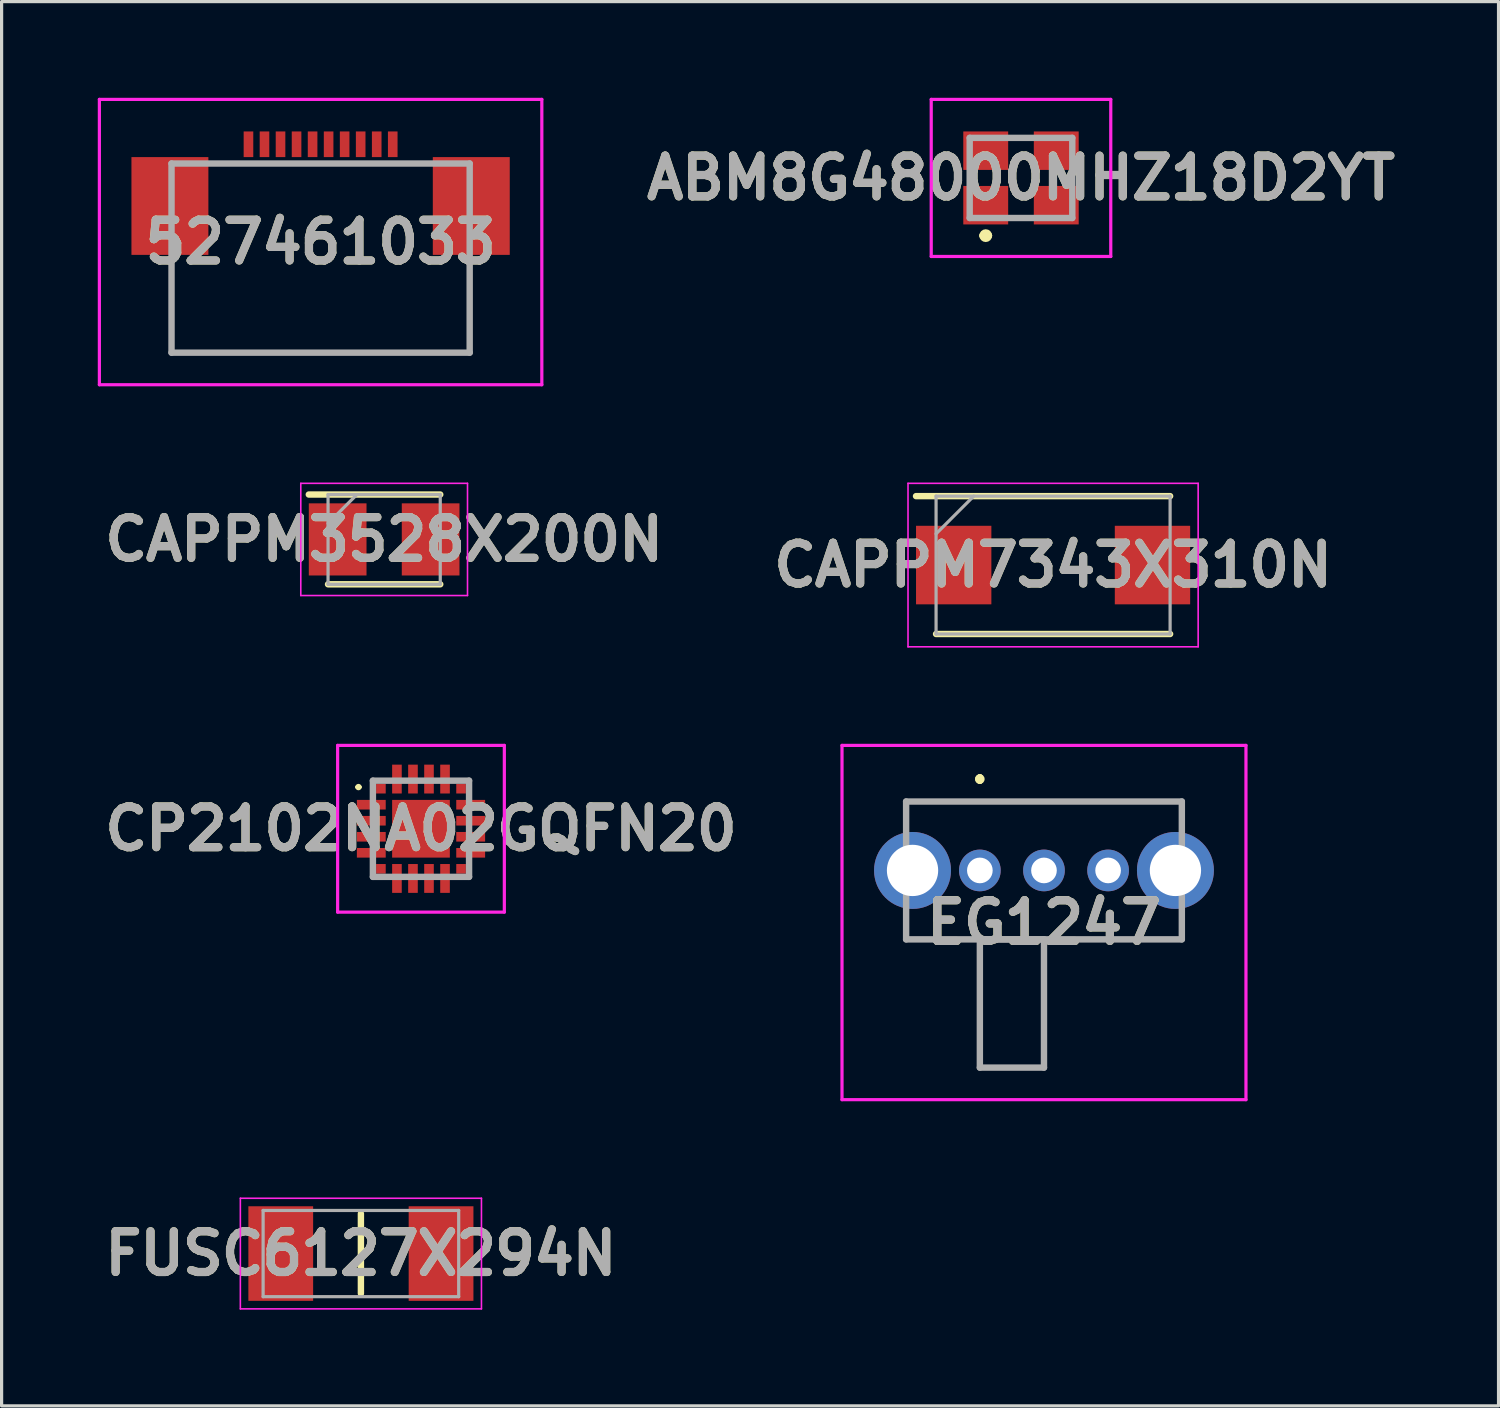
<source format=kicad_pcb>
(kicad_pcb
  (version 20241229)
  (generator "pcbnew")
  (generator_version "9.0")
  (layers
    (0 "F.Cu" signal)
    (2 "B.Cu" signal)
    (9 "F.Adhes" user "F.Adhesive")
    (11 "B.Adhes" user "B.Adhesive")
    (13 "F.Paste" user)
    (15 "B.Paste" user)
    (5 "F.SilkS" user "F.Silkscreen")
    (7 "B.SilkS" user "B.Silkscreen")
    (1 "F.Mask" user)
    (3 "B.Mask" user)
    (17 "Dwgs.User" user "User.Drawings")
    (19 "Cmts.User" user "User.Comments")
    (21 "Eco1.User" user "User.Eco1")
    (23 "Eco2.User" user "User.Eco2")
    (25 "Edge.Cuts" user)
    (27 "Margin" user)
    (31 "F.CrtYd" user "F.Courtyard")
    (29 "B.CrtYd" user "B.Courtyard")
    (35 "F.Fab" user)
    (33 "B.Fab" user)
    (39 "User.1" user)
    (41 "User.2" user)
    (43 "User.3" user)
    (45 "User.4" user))
  (footprint "CAPPM3528X200N"
    (layer "F.Cu")
    (at 8.932 13.775)
    (property "Reference" "CAPPM3528X200N" (at 0 0 0) (layer "F.SilkS") (effects (font (size 1.27 1.27) (thickness 0.254))))
    (attr smd)
    (fp_line (start -1.75 1.4) (end 1.75 1.4) (stroke (width 0.2) (type solid)) (layer "F.SilkS"))
    (fp_line (start 1.75 -1.4) (end -2.35 -1.4) (stroke (width 0.2) (type solid)) (layer "F.SilkS"))
    (fp_line (start -2.6 -1.75) (end 2.6 -1.75) (stroke (width 0.05) (type solid)) (layer "F.CrtYd"))
    (fp_line (start -2.6 1.75) (end -2.6 -1.75) (stroke (width 0.05) (type solid)) (layer "F.CrtYd"))
    (fp_line (start 2.6 -1.75) (end 2.6 1.75) (stroke (width 0.05) (type solid)) (layer "F.CrtYd"))
    (fp_line (start 2.6 1.75) (end -2.6 1.75) (stroke (width 0.05) (type solid)) (layer "F.CrtYd"))
    (fp_line (start -1.75 -1.4) (end 1.75 -1.4) (stroke (width 0.1) (type solid)) (layer "F.Fab"))
    (fp_line (start -1.75 -0.5) (end -0.85 -1.4) (stroke (width 0.1) (type solid)) (layer "F.Fab"))
    (fp_line (start -1.75 1.4) (end -1.75 -1.4) (stroke (width 0.1) (type solid)) (layer "F.Fab"))
    (fp_line (start 1.75 -1.4) (end 1.75 1.4) (stroke (width 0.1) (type solid)) (layer "F.Fab"))
    (fp_line (start 1.75 1.4) (end -1.75 1.4) (stroke (width 0.1) (type solid)) (layer "F.Fab"))
    (fp_text user "${REFERENCE}" (at 0 0 0) (layer "F.Fab") (effects (font (size 1.27 1.27) (thickness 0.254))))
    (pad "1" smd rect (at -1.45 0) (size 1.8 2.25) (layers "F.Cu" "F.Mask" "F.Paste"))
    (pad "2" smd rect (at 1.45 0) (size 1.8 2.25) (layers "F.Cu" "F.Mask" "F.Paste")))
  (footprint "CAPPM7343X310N"
    (layer "F.Cu")
    (at 29.797 14.575)
    (property "Reference" "CAPPM7343X310N" (at 0 0 0) (layer "F.SilkS") (effects (font (size 1.27 1.27) (thickness 0.254))))
    (attr smd)
    (fp_line (start -3.65 2.15) (end 3.65 2.15) (stroke (width 0.2) (type solid)) (layer "F.SilkS"))
    (fp_line (start 3.65 -2.15) (end -4.275 -2.15) (stroke (width 0.2) (type solid)) (layer "F.SilkS"))
    (fp_line (start -4.525 -2.55) (end 4.525 -2.55) (stroke (width 0.05) (type solid)) (layer "F.CrtYd"))
    (fp_line (start -4.525 2.55) (end -4.525 -2.55) (stroke (width 0.05) (type solid)) (layer "F.CrtYd"))
    (fp_line (start 4.525 -2.55) (end 4.525 2.55) (stroke (width 0.05) (type solid)) (layer "F.CrtYd"))
    (fp_line (start 4.525 2.55) (end -4.525 2.55) (stroke (width 0.05) (type solid)) (layer "F.CrtYd"))
    (fp_line (start -3.65 -2.15) (end 3.65 -2.15) (stroke (width 0.1) (type solid)) (layer "F.Fab"))
    (fp_line (start -3.65 -0.975) (end -2.475 -2.15) (stroke (width 0.1) (type solid)) (layer "F.Fab"))
    (fp_line (start -3.65 2.15) (end -3.65 -2.15) (stroke (width 0.1) (type solid)) (layer "F.Fab"))
    (fp_line (start 3.65 -2.15) (end 3.65 2.15) (stroke (width 0.1) (type solid)) (layer "F.Fab"))
    (fp_line (start 3.65 2.15) (end -3.65 2.15) (stroke (width 0.1) (type solid)) (layer "F.Fab"))
    (fp_text user "${REFERENCE}" (at 0 0 0) (layer "F.Fab") (effects (font (size 1.27 1.27) (thickness 0.254))))
    (pad "1" smd rect (at -3.1 0) (size 2.35 2.45) (layers "F.Cu" "F.Mask" "F.Paste"))
    (pad "2" smd rect (at 3.1 0) (size 2.35 2.45) (layers "F.Cu" "F.Mask" "F.Paste")))
  (footprint "EG1247"
    (layer "F.Cu")
    (at 27.513 24.1)
    (property "Reference" "EG1247" (at 2 1.625 0) (layer "F.SilkS") (effects (font (size 1.27 1.27) (thickness 0.254))))
    (attr through_hole)
    (fp_line (start -2.3 -2.15) (end -2.3 -2.15) (stroke (width 0.1) (type solid)) (layer "F.SilkS"))
    (fp_line (start -2.3 -2.15) (end -2.3 -2.15) (stroke (width 0.1) (type solid)) (layer "F.SilkS"))
    (fp_line (start -2.3 -2.15) (end -2.3 -1.75) (stroke (width 0.1) (type solid)) (layer "F.SilkS"))
    (fp_line (start -2.3 -2.15) (end 6.3 -2.15) (stroke (width 0.1) (type solid)) (layer "F.SilkS"))
    (fp_line (start -2.3 -1.75) (end -2.3 -2.15) (stroke (width 0.1) (type solid)) (layer "F.SilkS"))
    (fp_line (start -2.3 -1.75) (end -2.3 -1.75) (stroke (width 0.1) (type solid)) (layer "F.SilkS"))
    (fp_line (start -2.3 1.75) (end -2.3 1.75) (stroke (width 0.1) (type solid)) (layer "F.SilkS"))
    (fp_line (start -2.3 1.75) (end -2.3 2.15) (stroke (width 0.1) (type solid)) (layer "F.SilkS"))
    (fp_line (start -2.3 2.15) (end -2.3 1.75) (stroke (width 0.1) (type solid)) (layer "F.SilkS"))
    (fp_line (start -2.3 2.15) (end -2.3 2.15) (stroke (width 0.1) (type solid)) (layer "F.SilkS"))
    (fp_line (start -2.3 2.15) (end -2.3 2.15) (stroke (width 0.1) (type solid)) (layer "F.SilkS"))
    (fp_line (start -2.3 2.15) (end 0 2.15) (stroke (width 0.1) (type solid)) (layer "F.SilkS"))
    (fp_line (start 0 -2.9) (end 0 -2.9) (stroke (width 0.2) (type solid)) (layer "F.SilkS"))
    (fp_line (start 0 -2.9) (end 0 -2.9) (stroke (width 0.2) (type solid)) (layer "F.SilkS"))
    (fp_line (start 0 -2.8) (end 0 -2.8) (stroke (width 0.2) (type solid)) (layer "F.SilkS"))
    (fp_line (start 0 2.15) (end -2.3 2.15) (stroke (width 0.1) (type solid)) (layer "F.SilkS"))
    (fp_line (start 0 2.15) (end 0 2.15) (stroke (width 0.1) (type solid)) (layer "F.SilkS"))
    (fp_line (start 0 2.15) (end 2 2.15) (stroke (width 0.1) (type solid)) (layer "F.SilkS"))
    (fp_line (start 0 6.15) (end 0 2.15) (stroke (width 0.1) (type solid)) (layer "F.SilkS"))
    (fp_line (start 2 2.15) (end 2 2.15) (stroke (width 0.1) (type solid)) (layer "F.SilkS"))
    (fp_line (start 2 2.15) (end 2 6.15) (stroke (width 0.1) (type solid)) (layer "F.SilkS"))
    (fp_line (start 2 2.15) (end 6.3 2.15) (stroke (width 0.1) (type solid)) (layer "F.SilkS"))
    (fp_line (start 2 6.15) (end 0 6.15) (stroke (width 0.1) (type solid)) (layer "F.SilkS"))
    (fp_line (start 6.3 -2.15) (end -2.3 -2.15) (stroke (width 0.1) (type solid)) (layer "F.SilkS"))
    (fp_line (start 6.3 -2.15) (end 6.3 -2.15) (stroke (width 0.1) (type solid)) (layer "F.SilkS"))
    (fp_line (start 6.3 -2.15) (end 6.3 -2.15) (stroke (width 0.1) (type solid)) (layer "F.SilkS"))
    (fp_line (start 6.3 -2.15) (end 6.3 -1.75) (stroke (width 0.1) (type solid)) (layer "F.SilkS"))
    (fp_line (start 6.3 -1.75) (end 6.3 -2.15) (stroke (width 0.1) (type solid)) (layer "F.SilkS"))
    (fp_line (start 6.3 -1.75) (end 6.3 -1.75) (stroke (width 0.1) (type solid)) (layer "F.SilkS"))
    (fp_line (start 6.3 1.75) (end 6.3 1.75) (stroke (width 0.1) (type solid)) (layer "F.SilkS"))
    (fp_line (start 6.3 1.75) (end 6.3 2.15) (stroke (width 0.1) (type solid)) (layer "F.SilkS"))
    (fp_line (start 6.3 2.15) (end 2 2.15) (stroke (width 0.1) (type solid)) (layer "F.SilkS"))
    (fp_line (start 6.3 2.15) (end 6.3 1.75) (stroke (width 0.1) (type solid)) (layer "F.SilkS"))
    (fp_line (start 6.3 2.15) (end 6.3 2.15) (stroke (width 0.1) (type solid)) (layer "F.SilkS"))
    (fp_line (start 6.3 2.15) (end 6.3 2.15) (stroke (width 0.1) (type solid)) (layer "F.SilkS"))
    (fp_arc (start 0 -2.9) (mid 0.05 -2.85) (end 0 -2.8) (stroke (width 0.2) (type solid)) (layer "F.SilkS"))
    (fp_arc (start 0 -2.8) (mid -0.05 -2.85) (end 0 -2.9) (stroke (width 0.2) (type solid)) (layer "F.SilkS"))
    (fp_arc (start 0 -2.8) (mid -0.05 -2.85) (end 0 -2.9) (stroke (width 0.2) (type solid)) (layer "F.SilkS"))
    (fp_line (start -4.3 -3.9) (end 8.3 -3.9) (stroke (width 0.1) (type solid)) (layer "F.CrtYd"))
    (fp_line (start -4.3 7.15) (end -4.3 -3.9) (stroke (width 0.1) (type solid)) (layer "F.CrtYd"))
    (fp_line (start 8.3 -3.9) (end 8.3 7.15) (stroke (width 0.1) (type solid)) (layer "F.CrtYd"))
    (fp_line (start 8.3 7.15) (end -4.3 7.15) (stroke (width 0.1) (type solid)) (layer "F.CrtYd"))
    (fp_line (start -2.3 -2.15) (end -2.3 2.15) (stroke (width 0.2) (type solid)) (layer "F.Fab"))
    (fp_line (start -2.3 2.15) (end 6.3 2.15) (stroke (width 0.2) (type solid)) (layer "F.Fab"))
    (fp_line (start 0 2.15) (end 2 2.15) (stroke (width 0.2) (type solid)) (layer "F.Fab"))
    (fp_line (start 0 6.15) (end 0 2.15) (stroke (width 0.2) (type solid)) (layer "F.Fab"))
    (fp_line (start 2 2.15) (end 2 6.15) (stroke (width 0.2) (type solid)) (layer "F.Fab"))
    (fp_line (start 2 6.15) (end 0 6.15) (stroke (width 0.2) (type solid)) (layer "F.Fab"))
    (fp_line (start 6.3 -2.15) (end -2.3 -2.15) (stroke (width 0.2) (type solid)) (layer "F.Fab"))
    (fp_line (start 6.3 2.15) (end 6.3 -2.15) (stroke (width 0.2) (type solid)) (layer "F.Fab"))
    (fp_text user "${REFERENCE}" (at 2 1.625 0) (layer "F.Fab") (effects (font (size 1.27 1.27) (thickness 0.254))))
    (pad "1" thru_hole circle (at 0 0) (size 1.3 1.3) (drill 0.8) (layers "*.Cu" "*.Mask"))
    (pad "2" thru_hole circle (at 2 0) (size 1.3 1.3) (drill 0.8) (layers "*.Cu" "*.Mask"))
    (pad "3" thru_hole circle (at 4 0) (size 1.3 1.3) (drill 0.8) (layers "*.Cu" "*.Mask"))
    (pad "MH1" thru_hole circle (at -2.1 0) (size 2.4 2.4) (drill 1.6) (layers "*.Cu" "*.Mask"))
    (pad "MH2" thru_hole circle (at 6.1 0) (size 2.4 2.4) (drill 1.6) (layers "*.Cu" "*.Mask")))
  (footprint "ABM8G48000MHZ18D2YT"
    (layer "F.Cu")
    (at 28.796 2.5)
    (property "Reference" "ABM8G48000MHZ18D2YT" (at 0 0 0) (layer "F.SilkS") (effects (font (size 1.27 1.27) (thickness 0.254))))
    (attr smd)
    (fp_line (start -1.2 1.8) (end -1.2 1.8) (stroke (width 0.2) (type solid)) (layer "F.SilkS"))
    (fp_line (start -1 1.8) (end -1 1.8) (stroke (width 0.2) (type solid)) (layer "F.SilkS"))
    (fp_line (start -0.2 -1.25) (end 0.2 -1.25) (stroke (width 0.1) (type solid)) (layer "F.SilkS"))
    (fp_line (start -0.2 1.25) (end 0.2 1.25) (stroke (width 0.1) (type solid)) (layer "F.SilkS"))
    (fp_arc (start -1.2 1.8) (mid -1.1 1.7) (end -1 1.8) (stroke (width 0.2) (type solid)) (layer "F.SilkS"))
    (fp_arc (start -1 1.8) (mid -1.1 1.9) (end -1.2 1.8) (stroke (width 0.2) (type solid)) (layer "F.SilkS"))
    (fp_line (start -2.8 -2.45) (end 2.8 -2.45) (stroke (width 0.1) (type solid)) (layer "F.CrtYd"))
    (fp_line (start -2.8 2.45) (end -2.8 -2.45) (stroke (width 0.1) (type solid)) (layer "F.CrtYd"))
    (fp_line (start 2.8 -2.45) (end 2.8 2.45) (stroke (width 0.1) (type solid)) (layer "F.CrtYd"))
    (fp_line (start 2.8 2.45) (end -2.8 2.45) (stroke (width 0.1) (type solid)) (layer "F.CrtYd"))
    (fp_line (start -1.6 -1.25) (end 1.6 -1.25) (stroke (width 0.2) (type solid)) (layer "F.Fab"))
    (fp_line (start -1.6 1.25) (end -1.6 -1.25) (stroke (width 0.2) (type solid)) (layer "F.Fab"))
    (fp_line (start 1.6 -1.25) (end 1.6 1.25) (stroke (width 0.2) (type solid)) (layer "F.Fab"))
    (fp_line (start 1.6 1.25) (end -1.6 1.25) (stroke (width 0.2) (type solid)) (layer "F.Fab"))
    (fp_text user "${REFERENCE}" (at 0 0 0) (layer "F.Fab") (effects (font (size 1.27 1.27) (thickness 0.254))))
    (pad "1" smd rect (at -1.1 0.85 90) (size 1.2 1.4) (layers "F.Cu" "F.Mask" "F.Paste"))
    (pad "2" smd rect (at 1.1 0.85 90) (size 1.2 1.4) (layers "F.Cu" "F.Mask" "F.Paste"))
    (pad "3" smd rect (at 1.1 -0.85 90) (size 1.2 1.4) (layers "F.Cu" "F.Mask" "F.Paste"))
    (pad "4" smd rect (at -1.1 -0.85 90) (size 1.2 1.4) (layers "F.Cu" "F.Mask" "F.Paste")))
  (footprint "FUSC6127X294N"
    (layer "F.Cu")
    (at 8.207 36.05)
    (property "Reference" "FUSC6127X294N" (at 0 0 0) (layer "F.SilkS") (effects (font (size 1.27 1.27) (thickness 0.254))))
    (attr smd)
    (fp_line (start 0 -1.245) (end 0 1.245) (stroke (width 0.2) (type solid)) (layer "F.SilkS"))
    (fp_line (start -3.76 -1.725) (end 3.76 -1.725) (stroke (width 0.05) (type solid)) (layer "F.CrtYd"))
    (fp_line (start -3.76 1.725) (end -3.76 -1.725) (stroke (width 0.05) (type solid)) (layer "F.CrtYd"))
    (fp_line (start 3.76 -1.725) (end 3.76 1.725) (stroke (width 0.05) (type solid)) (layer "F.CrtYd"))
    (fp_line (start 3.76 1.725) (end -3.76 1.725) (stroke (width 0.05) (type solid)) (layer "F.CrtYd"))
    (fp_line (start -3.05 -1.345) (end 3.05 -1.345) (stroke (width 0.1) (type solid)) (layer "F.Fab"))
    (fp_line (start -3.05 1.345) (end -3.05 -1.345) (stroke (width 0.1) (type solid)) (layer "F.Fab"))
    (fp_line (start 3.05 -1.345) (end 3.05 1.345) (stroke (width 0.1) (type solid)) (layer "F.Fab"))
    (fp_line (start 3.05 1.345) (end -3.05 1.345) (stroke (width 0.1) (type solid)) (layer "F.Fab"))
    (fp_text user "${REFERENCE}" (at 0 0 0) (layer "F.Fab") (effects (font (size 1.27 1.27) (thickness 0.254))))
    (pad "1" smd rect (at -2.5 0) (size 2.02 2.95) (layers "F.Cu" "F.Mask" "F.Paste"))
    (pad "2" smd rect (at 2.5 0) (size 2.02 2.95) (layers "F.Cu" "F.Mask" "F.Paste")))
  (footprint "CP2102NA02GQFN20"
    (layer "F.Cu")
    (at 10.081 22.8)
    (property "Reference" "CP2102NA02GQFN20" (at 0 0 0) (layer "F.SilkS") (effects (font (size 1.27 1.27) (thickness 0.254))))
    (attr smd)
    (fp_line (start -2 -1.3) (end -2 -1.3) (stroke (width 0.1) (type solid)) (layer "F.SilkS"))
    (fp_line (start -1.9 -1.3) (end -1.9 -1.3) (stroke (width 0.1) (type solid)) (layer "F.SilkS"))
    (fp_arc (start -2 -1.3) (mid -1.95 -1.35) (end -1.9 -1.3) (stroke (width 0.1) (type solid)) (layer "F.SilkS"))
    (fp_arc (start -1.9 -1.3) (mid -1.95 -1.25) (end -2 -1.3) (stroke (width 0.1) (type solid)) (layer "F.SilkS"))
    (fp_line (start -2.6 -2.6) (end 2.6 -2.6) (stroke (width 0.1) (type solid)) (layer "F.CrtYd"))
    (fp_line (start -2.6 2.6) (end -2.6 -2.6) (stroke (width 0.1) (type solid)) (layer "F.CrtYd"))
    (fp_line (start 2.6 -2.6) (end 2.6 2.6) (stroke (width 0.1) (type solid)) (layer "F.CrtYd"))
    (fp_line (start 2.6 2.6) (end -2.6 2.6) (stroke (width 0.1) (type solid)) (layer "F.CrtYd"))
    (fp_line (start -1.5 -1.5) (end 1.5 -1.5) (stroke (width 0.2) (type solid)) (layer "F.Fab"))
    (fp_line (start -1.5 1.5) (end -1.5 -1.5) (stroke (width 0.2) (type solid)) (layer "F.Fab"))
    (fp_line (start 1.5 -1.5) (end 1.5 1.5) (stroke (width 0.2) (type solid)) (layer "F.Fab"))
    (fp_line (start 1.5 1.5) (end -1.5 1.5) (stroke (width 0.2) (type solid)) (layer "F.Fab"))
    (fp_text user "${REFERENCE}" (at 0 0 0) (layer "F.Fab") (effects (font (size 1.27 1.27) (thickness 0.254))))
    (pad "1" smd rect (at -1.25 -1.25) (size 0.3 0.3) (layers "F.Cu" "F.Mask" "F.Paste"))
    (pad "2" smd rect (at -1.55 -0.75 90) (size 0.3 0.9) (layers "F.Cu" "F.Mask" "F.Paste"))
    (pad "3" smd rect (at -1.55 -0.25 90) (size 0.3 0.9) (layers "F.Cu" "F.Mask" "F.Paste"))
    (pad "4" smd rect (at -1.55 0.25 90) (size 0.3 0.9) (layers "F.Cu" "F.Mask" "F.Paste"))
    (pad "5" smd rect (at -1.55 0.75 90) (size 0.3 0.9) (layers "F.Cu" "F.Mask" "F.Paste"))
    (pad "6" smd rect (at -1.25 1.25) (size 0.3 0.3) (layers "F.Cu" "F.Mask" "F.Paste"))
    (pad "7" smd rect (at -0.75 1.55) (size 0.3 0.9) (layers "F.Cu" "F.Mask" "F.Paste"))
    (pad "8" smd rect (at -0.25 1.55) (size 0.3 0.9) (layers "F.Cu" "F.Mask" "F.Paste"))
    (pad "9" smd rect (at 0.25 1.55) (size 0.3 0.9) (layers "F.Cu" "F.Mask" "F.Paste"))
    (pad "10" smd rect (at 0.75 1.55) (size 0.3 0.9) (layers "F.Cu" "F.Mask" "F.Paste"))
    (pad "11" smd rect (at 1.25 1.25) (size 0.3 0.3) (layers "F.Cu" "F.Mask" "F.Paste"))
    (pad "12" smd rect (at 1.55 0.75 90) (size 0.3 0.9) (layers "F.Cu" "F.Mask" "F.Paste"))
    (pad "13" smd rect (at 1.55 0.25 90) (size 0.3 0.9) (layers "F.Cu" "F.Mask" "F.Paste"))
    (pad "14" smd rect (at 1.55 -0.25 90) (size 0.3 0.9) (layers "F.Cu" "F.Mask" "F.Paste"))
    (pad "15" smd rect (at 1.55 -0.75 90) (size 0.3 0.9) (layers "F.Cu" "F.Mask" "F.Paste"))
    (pad "16" smd rect (at 1.25 -1.25) (size 0.3 0.3) (layers "F.Cu" "F.Mask" "F.Paste"))
    (pad "17" smd rect (at 0.75 -1.55) (size 0.3 0.9) (layers "F.Cu" "F.Mask" "F.Paste"))
    (pad "18" smd rect (at 0.25 -1.55) (size 0.3 0.9) (layers "F.Cu" "F.Mask" "F.Paste"))
    (pad "19" smd rect (at -0.25 -1.55) (size 0.3 0.9) (layers "F.Cu" "F.Mask" "F.Paste"))
    (pad "20" smd rect (at -0.75 -1.55) (size 0.3 0.9) (layers "F.Cu" "F.Mask" "F.Paste"))
    (pad "21" smd rect (at 0 0) (size 1.8 1.8) (layers "F.Cu" "F.Mask" "F.Paste")))
  (footprint "527461033"
    (layer "F.Cu")
    (at 6.95 4.7)
    (property "Reference" "527461033" (at 0 -0.2 0) (layer "F.SilkS") (effects (font (size 1.27 1.27) (thickness 0.254))))
    (attr smd)
    (fp_line (start -4.65 0.5) (end -4.65 3.25) (stroke (width 0.1) (type solid)) (layer "F.SilkS"))
    (fp_line (start -4.65 3.25) (end 4.65 3.25) (stroke (width 0.1) (type solid)) (layer "F.SilkS"))
    (fp_line (start 4.65 3.25) (end 4.65 0.5) (stroke (width 0.1) (type solid)) (layer "F.SilkS"))
    (fp_line (start -6.9 -4.65) (end 6.9 -4.65) (stroke (width 0.1) (type solid)) (layer "F.CrtYd"))
    (fp_line (start -6.9 4.25) (end -6.9 -4.65) (stroke (width 0.1) (type solid)) (layer "F.CrtYd"))
    (fp_line (start 6.9 -4.65) (end 6.9 4.25) (stroke (width 0.1) (type solid)) (layer "F.CrtYd"))
    (fp_line (start 6.9 4.25) (end -6.9 4.25) (stroke (width 0.1) (type solid)) (layer "F.CrtYd"))
    (fp_line (start -4.65 -2.65) (end 4.65 -2.65) (stroke (width 0.2) (type solid)) (layer "F.Fab"))
    (fp_line (start -4.65 3.25) (end -4.65 -2.65) (stroke (width 0.2) (type solid)) (layer "F.Fab"))
    (fp_line (start 4.65 -2.65) (end 4.65 3.25) (stroke (width 0.2) (type solid)) (layer "F.Fab"))
    (fp_line (start 4.65 3.25) (end -4.65 3.25) (stroke (width 0.2) (type solid)) (layer "F.Fab"))
    (fp_text user "${REFERENCE}" (at 0 -0.2 0) (layer "F.Fab") (effects (font (size 1.27 1.27) (thickness 0.254))))
    (pad "1" smd rect (at -2.25 -3.25) (size 0.3 0.8) (layers "F.Cu" "F.Mask" "F.Paste"))
    (pad "2" smd rect (at -1.75 -3.25) (size 0.3 0.8) (layers "F.Cu" "F.Mask" "F.Paste"))
    (pad "3" smd rect (at -1.25 -3.25) (size 0.3 0.8) (layers "F.Cu" "F.Mask" "F.Paste"))
    (pad "4" smd rect (at -0.75 -3.25) (size 0.3 0.8) (layers "F.Cu" "F.Mask" "F.Paste"))
    (pad "5" smd rect (at -0.25 -3.25) (size 0.3 0.8) (layers "F.Cu" "F.Mask" "F.Paste"))
    (pad "6" smd rect (at 0.25 -3.25) (size 0.3 0.8) (layers "F.Cu" "F.Mask" "F.Paste"))
    (pad "7" smd rect (at 0.75 -3.25) (size 0.3 0.8) (layers "F.Cu" "F.Mask" "F.Paste"))
    (pad "8" smd rect (at 1.25 -3.25) (size 0.3 0.8) (layers "F.Cu" "F.Mask" "F.Paste"))
    (pad "9" smd rect (at 1.75 -3.25) (size 0.3 0.8) (layers "F.Cu" "F.Mask" "F.Paste"))
    (pad "10" smd rect (at 2.25 -3.25) (size 0.3 0.8) (layers "F.Cu" "F.Mask" "F.Paste"))
    (pad "MP1" smd rect (at -4.7 -1.325) (size 2.4 3.05) (layers "F.Cu" "F.Mask" "F.Paste"))
    (pad "MP2" smd rect (at 4.7 -1.325) (size 2.4 3.05) (layers "F.Cu" "F.Mask" "F.Paste")))
  (gr_rect
    (start -3 -3)
    (end 43.691 40.8)
    (stroke (width 0.1) (type default))
    (fill no)
    (layer "Edge.Cuts")))
</source>
